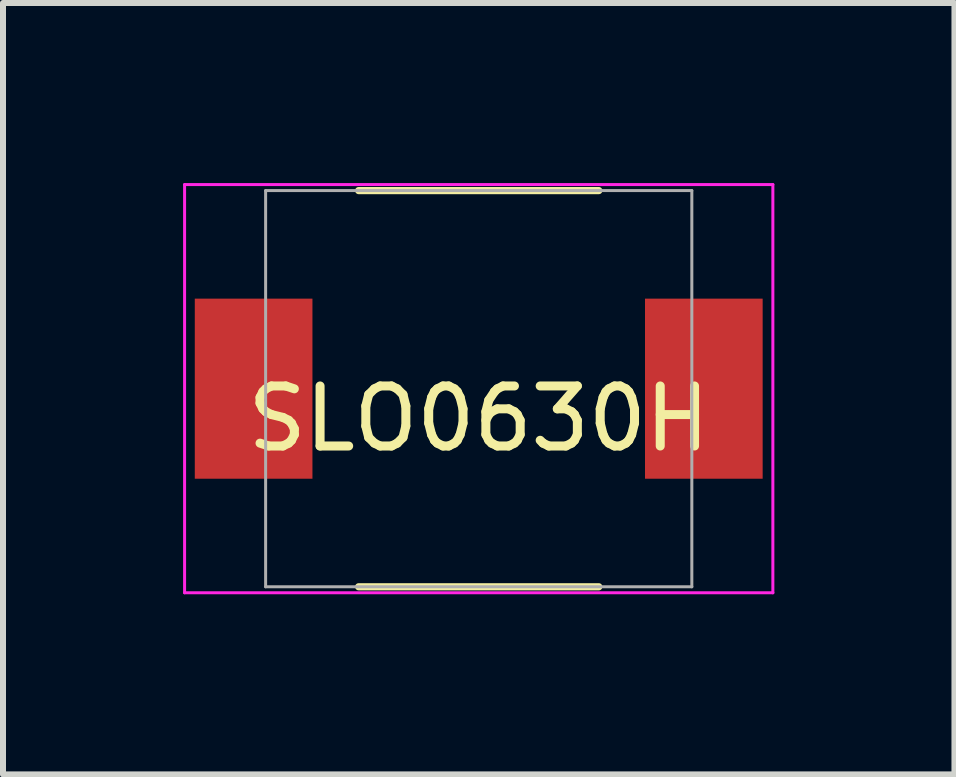
<source format=kicad_pcb>
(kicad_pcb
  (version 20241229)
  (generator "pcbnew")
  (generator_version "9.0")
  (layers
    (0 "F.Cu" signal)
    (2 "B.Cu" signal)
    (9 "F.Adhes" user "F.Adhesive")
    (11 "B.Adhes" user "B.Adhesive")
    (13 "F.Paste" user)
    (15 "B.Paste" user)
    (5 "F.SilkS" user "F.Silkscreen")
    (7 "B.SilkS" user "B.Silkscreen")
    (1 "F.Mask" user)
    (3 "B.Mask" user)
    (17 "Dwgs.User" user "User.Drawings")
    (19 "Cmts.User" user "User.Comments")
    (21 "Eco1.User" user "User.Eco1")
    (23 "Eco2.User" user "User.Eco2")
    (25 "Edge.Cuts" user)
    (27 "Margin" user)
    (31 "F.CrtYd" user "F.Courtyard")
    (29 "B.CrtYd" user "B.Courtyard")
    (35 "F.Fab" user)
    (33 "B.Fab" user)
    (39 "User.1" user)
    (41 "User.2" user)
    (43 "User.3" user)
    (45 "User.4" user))
  (footprint "SLO0630H"
    (layer "F.Cu")
    (at 4.925 3.425)
    (property "Reference" "SLO0630H" (at 0 0.5 0) (layer "F.SilkS") (effects (font (size 1 1) (thickness 0.15))))
    (attr smd)
    (fp_line (start -2 -3.3) (end 2 -3.3) (stroke (width 0.12) (type solid)) (layer "F.SilkS"))
    (fp_line (start -2 3.3) (end 2 3.3) (stroke (width 0.12) (type solid)) (layer "F.SilkS"))
    (fp_line (start -4.9 -3.4) (end 4.9 -3.4) (stroke (width 0.05) (type solid)) (layer "F.CrtYd"))
    (fp_line (start -4.9 3.4) (end -4.9 -3.4) (stroke (width 0.05) (type solid)) (layer "F.CrtYd"))
    (fp_line (start 4.9 -3.4) (end 4.9 3.4) (stroke (width 0.05) (type solid)) (layer "F.CrtYd"))
    (fp_line (start 4.9 3.4) (end -4.9 3.4) (stroke (width 0.05) (type solid)) (layer "F.CrtYd"))
    (fp_line (start -3.55 3.3) (end -3.55 -3.3) (stroke (width 0.05) (type solid)) (layer "F.Fab"))
    (fp_line (start -3.55 3.3) (end 3.55 3.3) (stroke (width 0.05) (type solid)) (layer "F.Fab"))
    (fp_line (start 3.55 -3.3) (end -3.55 -3.3) (stroke (width 0.05) (type solid)) (layer "F.Fab"))
    (fp_line (start 3.55 -3.3) (end 3.55 3.3) (stroke (width 0.05) (type solid)) (layer "F.Fab"))
    (pad "1" smd rect (at -3.75 0 180) (size 1.96 3) (layers "F.Cu" "F.Mask" "F.Paste"))
    (pad "2" smd rect (at 3.75 0) (size 1.96 3) (layers "F.Cu" "F.Mask" "F.Paste")))
  (gr_rect
    (start -3 -3)
    (end 12.85 9.85)
    (stroke (width 0.1) (type default))
    (fill no)
    (layer "Edge.Cuts")))
</source>
